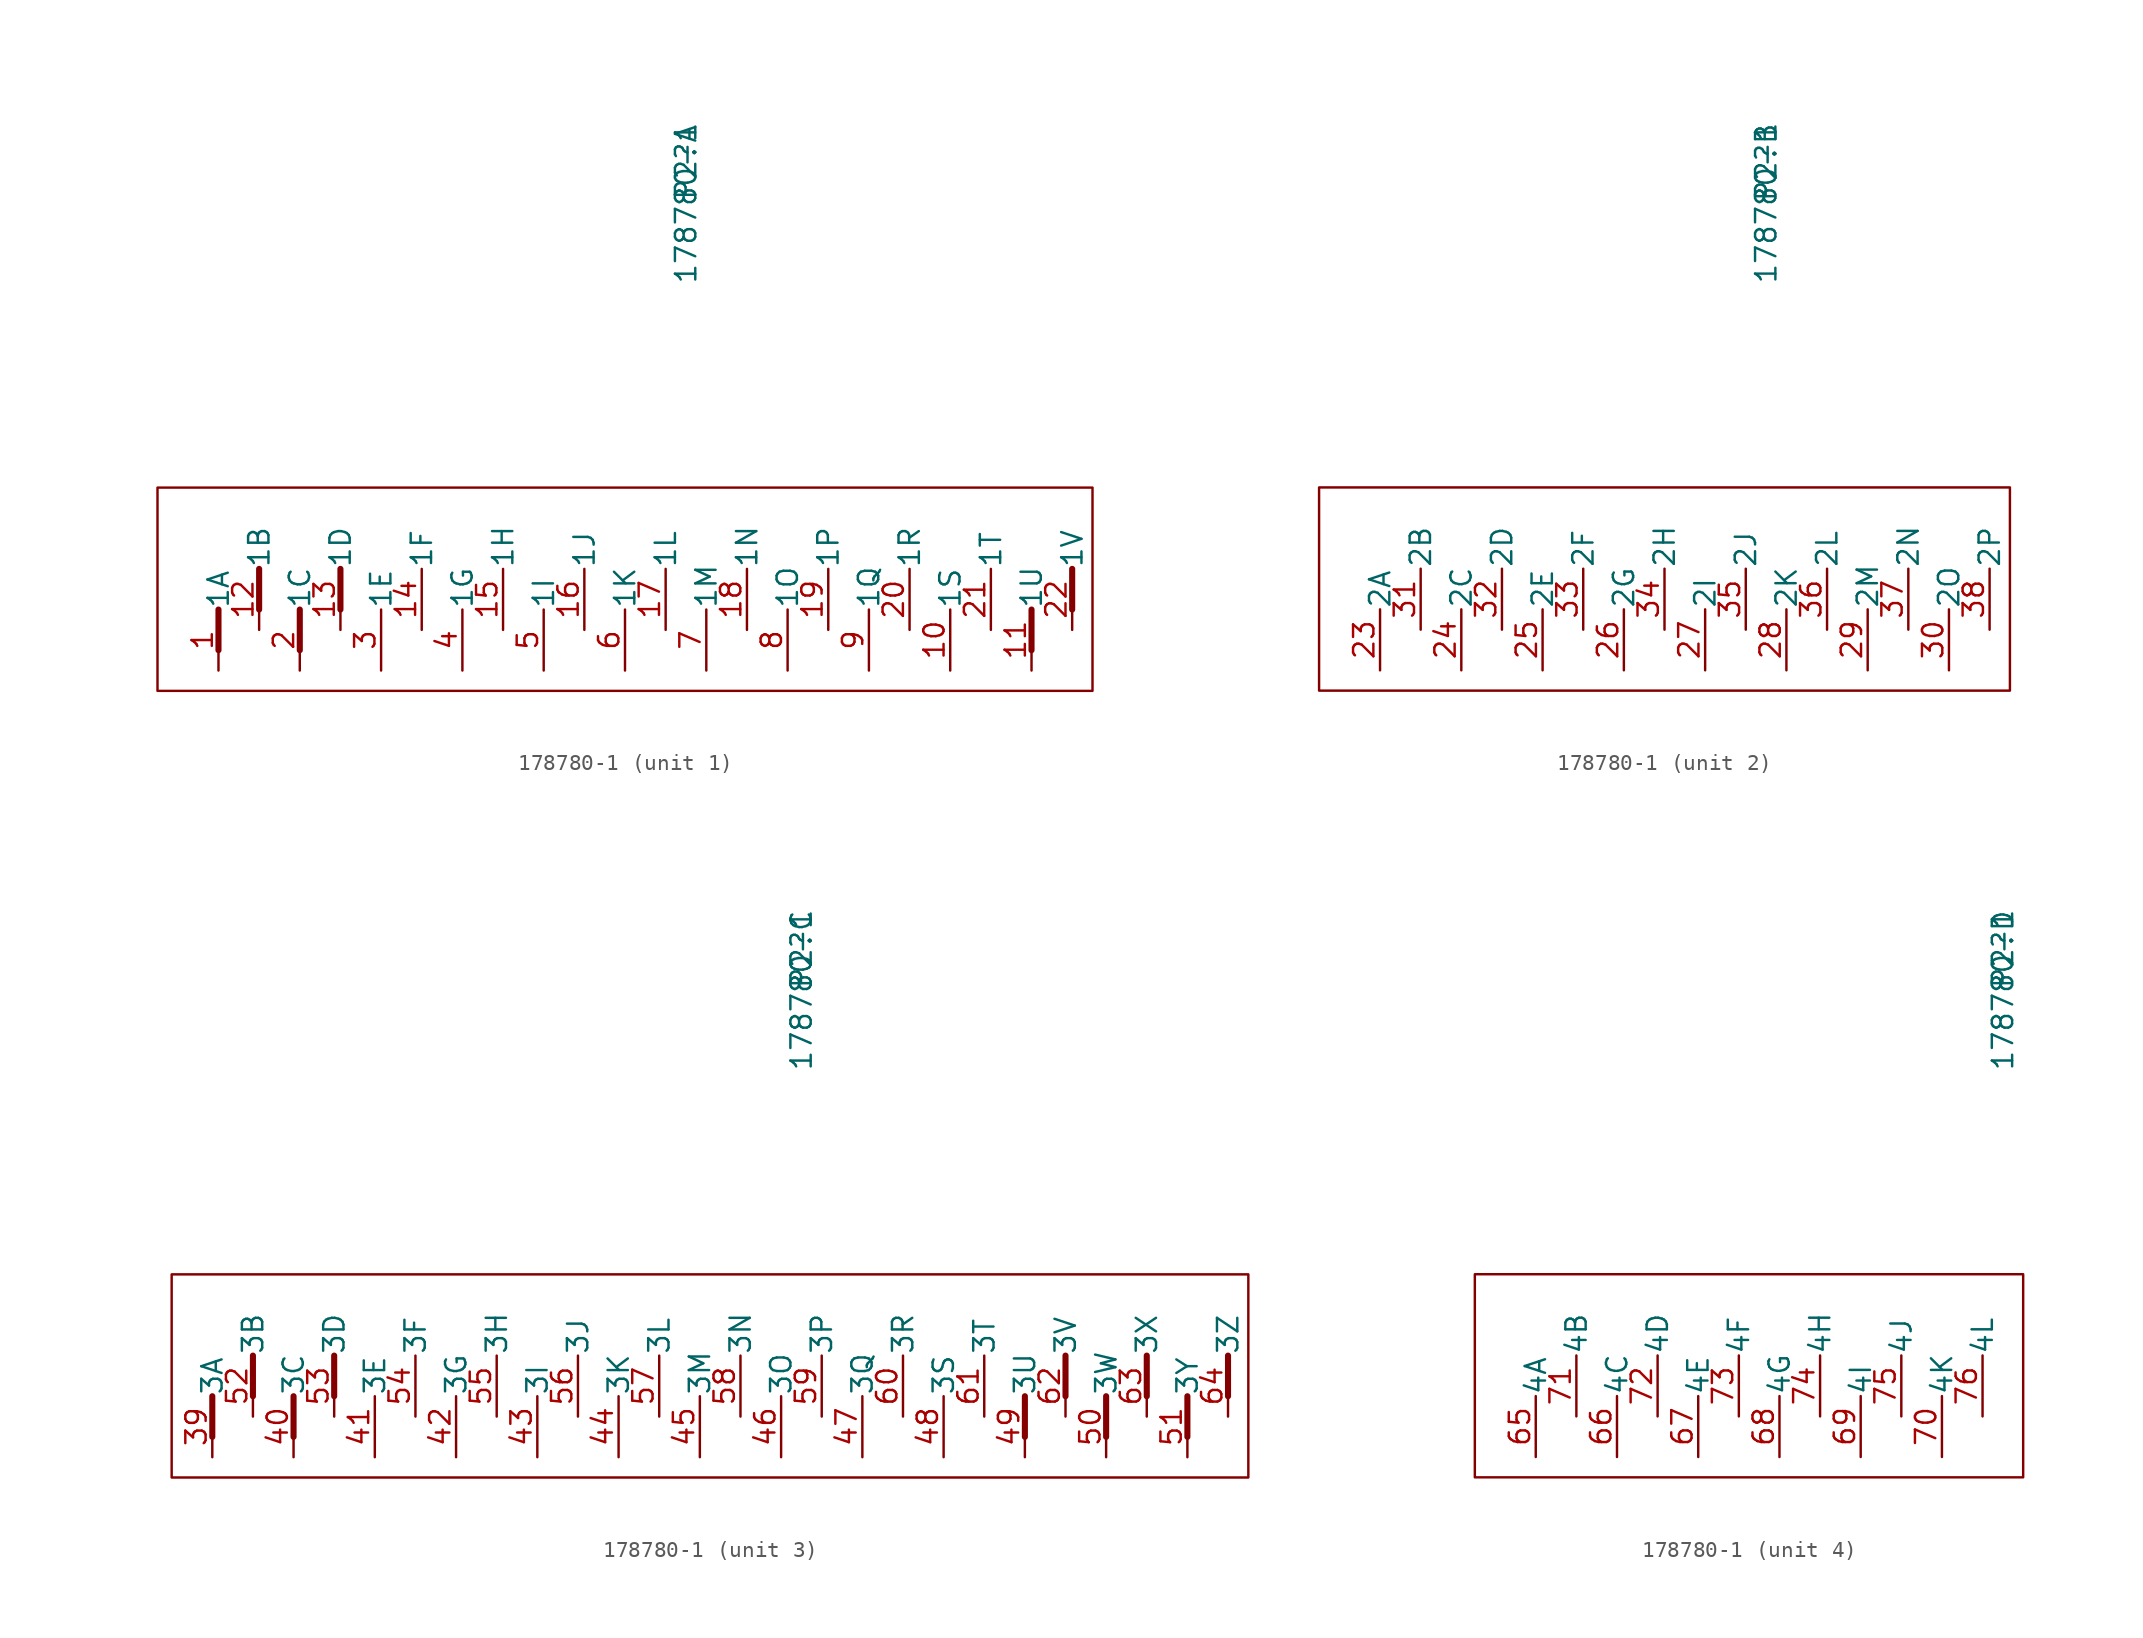
<source format=kicad_sym>
(kicad_symbol_lib
  (version 20201005)
  (generator kicad_symbol_editor)
  (symbol "hellen-one-common:178780-1"
    (pin_names
      (offset 0.025))
    (property "Reference" "P2"
      (at 3.81 22.86 90)
      (effects (font (size 1.27 1.27))))
    (property "Value" "178780-1"
      (at 3.81 20.32 90)
      (effects (font (size 1.27 1.27))))
    (symbol "178780-1_1_0"
      (rectangle (start 29.21 -10.16) (end -29.21 2.54) (stroke (width 0)) (fill (type none))))
    (symbol "178780-1_1_1"
      (polyline (pts (xy -25.4 -7.62) (xy -25.4 -5.08)) (stroke (width 0.381)) (fill (type none)))
      (polyline (pts (xy -22.86 -5.08) (xy -22.86 -2.54)) (stroke (width 0.381)) (fill (type none)))
      (polyline (pts (xy -20.32 -7.62) (xy -20.32 -5.08)) (stroke (width 0.381)) (fill (type none)))
      (polyline (pts (xy -17.78 -5.08) (xy -17.78 -2.54)) (stroke (width 0.381)) (fill (type none)))
      (polyline (pts (xy 25.4 -7.62) (xy 25.4 -5.08)) (stroke (width 0.381)) (fill (type none)))
      (polyline (pts (xy 27.94 -5.08) (xy 27.94 -2.54)) (stroke (width 0.381)) (fill (type none)))
      (pin passive line (at -25.4 -8.89 90) (length 3.81) (name "1A" (effects (font (size 1.27 1.27)))) (number "1" (effects (font (size 1.27 1.27)))))
      (pin passive line (at 20.32 -8.89 90) (length 3.81) (name "1S" (effects (font (size 1.27 1.27)))) (number "10" (effects (font (size 1.27 1.27)))))
      (pin passive line (at 25.4 -8.89 90) (length 3.81) (name "1U" (effects (font (size 1.27 1.27)))) (number "11" (effects (font (size 1.27 1.27)))))
      (pin passive line (at -22.86 -6.35 90) (length 3.81) (name "1B" (effects (font (size 1.27 1.27)))) (number "12" (effects (font (size 1.27 1.27)))))
      (pin passive line (at -17.78 -6.35 90) (length 3.81) (name "1D" (effects (font (size 1.27 1.27)))) (number "13" (effects (font (size 1.27 1.27)))))
      (pin passive line (at -12.7 -6.35 90) (length 3.81) (name "1F" (effects (font (size 1.27 1.27)))) (number "14" (effects (font (size 1.27 1.27)))))
      (pin passive line (at -7.62 -6.35 90) (length 3.81) (name "1H" (effects (font (size 1.27 1.27)))) (number "15" (effects (font (size 1.27 1.27)))))
      (pin passive line (at -2.54 -6.35 90) (length 3.81) (name "1J" (effects (font (size 1.27 1.27)))) (number "16" (effects (font (size 1.27 1.27)))))
      (pin passive line (at 2.54 -6.35 90) (length 3.81) (name "1L" (effects (font (size 1.27 1.27)))) (number "17" (effects (font (size 1.27 1.27)))))
      (pin passive line (at 7.62 -6.35 90) (length 3.81) (name "1N" (effects (font (size 1.27 1.27)))) (number "18" (effects (font (size 1.27 1.27)))))
      (pin passive line (at 12.7 -6.35 90) (length 3.81) (name "1P" (effects (font (size 1.27 1.27)))) (number "19" (effects (font (size 1.27 1.27)))))
      (pin passive line (at -20.32 -8.89 90) (length 3.81) (name "1C" (effects (font (size 1.27 1.27)))) (number "2" (effects (font (size 1.27 1.27)))))
      (pin passive line (at 17.78 -6.35 90) (length 3.81) (name "1R" (effects (font (size 1.27 1.27)))) (number "20" (effects (font (size 1.27 1.27)))))
      (pin passive line (at 22.86 -6.35 90) (length 3.81) (name "1T" (effects (font (size 1.27 1.27)))) (number "21" (effects (font (size 1.27 1.27)))))
      (pin passive line (at 27.94 -6.35 90) (length 3.81) (name "1V" (effects (font (size 1.27 1.27)))) (number "22" (effects (font (size 1.27 1.27)))))
      (pin passive line (at -15.24 -8.89 90) (length 3.81) (name "1E" (effects (font (size 1.27 1.27)))) (number "3" (effects (font (size 1.27 1.27)))))
      (pin passive line (at -10.16 -8.89 90) (length 3.81) (name "1G" (effects (font (size 1.27 1.27)))) (number "4" (effects (font (size 1.27 1.27)))))
      (pin passive line (at -5.08 -8.89 90) (length 3.81) (name "1I" (effects (font (size 1.27 1.27)))) (number "5" (effects (font (size 1.27 1.27)))))
      (pin passive line (at 0 -8.89 90) (length 3.81) (name "1K" (effects (font (size 1.27 1.27)))) (number "6" (effects (font (size 1.27 1.27)))))
      (pin passive line (at 5.08 -8.89 90) (length 3.81) (name "1M" (effects (font (size 1.27 1.27)))) (number "7" (effects (font (size 1.27 1.27)))))
      (pin passive line (at 10.16 -8.89 90) (length 3.81) (name "1O" (effects (font (size 1.27 1.27)))) (number "8" (effects (font (size 1.27 1.27)))))
      (pin passive line (at 15.24 -8.89 90) (length 3.81) (name "1Q" (effects (font (size 1.27 1.27)))) (number "9" (effects (font (size 1.27 1.27))))))
    (symbol "178780-1_2_0"
      (rectangle (start 19.05 -10.16) (end -24.13 2.54) (stroke (width 0)) (fill (type none))))
    (symbol "178780-1_2_1"
      (pin passive line (at -20.32 -8.89 90) (length 3.81) (name "2A" (effects (font (size 1.27 1.27)))) (number "23" (effects (font (size 1.27 1.27)))))
      (pin passive line (at -15.24 -8.89 90) (length 3.81) (name "2C" (effects (font (size 1.27 1.27)))) (number "24" (effects (font (size 1.27 1.27)))))
      (pin passive line (at -10.16 -8.89 90) (length 3.81) (name "2E" (effects (font (size 1.27 1.27)))) (number "25" (effects (font (size 1.27 1.27)))))
      (pin passive line (at -5.08 -8.89 90) (length 3.81) (name "2G" (effects (font (size 1.27 1.27)))) (number "26" (effects (font (size 1.27 1.27)))))
      (pin passive line (at 0 -8.89 90) (length 3.81) (name "2I" (effects (font (size 1.27 1.27)))) (number "27" (effects (font (size 1.27 1.27)))))
      (pin passive line (at 5.08 -8.89 90) (length 3.81) (name "2K" (effects (font (size 1.27 1.27)))) (number "28" (effects (font (size 1.27 1.27)))))
      (pin passive line (at 10.16 -8.89 90) (length 3.81) (name "2M" (effects (font (size 1.27 1.27)))) (number "29" (effects (font (size 1.27 1.27)))))
      (pin passive line (at 15.24 -8.89 90) (length 3.81) (name "2O" (effects (font (size 1.27 1.27)))) (number "30" (effects (font (size 1.27 1.27)))))
      (pin passive line (at -17.78 -6.35 90) (length 3.81) (name "2B" (effects (font (size 1.27 1.27)))) (number "31" (effects (font (size 1.27 1.27)))))
      (pin passive line (at -12.7 -6.35 90) (length 3.81) (name "2D" (effects (font (size 1.27 1.27)))) (number "32" (effects (font (size 1.27 1.27)))))
      (pin passive line (at -7.62 -6.35 90) (length 3.81) (name "2F" (effects (font (size 1.27 1.27)))) (number "33" (effects (font (size 1.27 1.27)))))
      (pin passive line (at -2.54 -6.35 90) (length 3.81) (name "2H" (effects (font (size 1.27 1.27)))) (number "34" (effects (font (size 1.27 1.27)))))
      (pin passive line (at 2.54 -6.35 90) (length 3.81) (name "2J" (effects (font (size 1.27 1.27)))) (number "35" (effects (font (size 1.27 1.27)))))
      (pin passive line (at 7.62 -6.35 90) (length 3.81) (name "2L" (effects (font (size 1.27 1.27)))) (number "36" (effects (font (size 1.27 1.27)))))
      (pin passive line (at 12.7 -6.35 90) (length 3.81) (name "2N" (effects (font (size 1.27 1.27)))) (number "37" (effects (font (size 1.27 1.27)))))
      (pin passive line (at 17.78 -6.35 90) (length 3.81) (name "2P" (effects (font (size 1.27 1.27)))) (number "38" (effects (font (size 1.27 1.27))))))
    (symbol "178780-1_3_0"
      (rectangle (start 31.75 -10.16) (end -35.56 2.54) (stroke (width 0)) (fill (type none))))
    (symbol "178780-1_3_1"
      (polyline (pts (xy -33.02 -7.62) (xy -33.02 -5.08)) (stroke (width 0.381)) (fill (type none)))
      (polyline (pts (xy -30.48 -5.08) (xy -30.48 -2.54)) (stroke (width 0.381)) (fill (type none)))
      (polyline (pts (xy -27.94 -7.62) (xy -27.94 -5.08)) (stroke (width 0.381)) (fill (type none)))
      (polyline (pts (xy -25.4 -5.08) (xy -25.4 -2.54)) (stroke (width 0.381)) (fill (type none)))
      (polyline (pts (xy 17.78 -7.62) (xy 17.78 -5.08)) (stroke (width 0.381)) (fill (type none)))
      (polyline (pts (xy 20.32 -5.08) (xy 20.32 -2.54)) (stroke (width 0.381)) (fill (type none)))
      (polyline (pts (xy 22.86 -7.62) (xy 22.86 -5.08)) (stroke (width 0.381)) (fill (type none)))
      (polyline (pts (xy 25.4 -5.08) (xy 25.4 -2.54)) (stroke (width 0.381)) (fill (type none)))
      (polyline (pts (xy 27.94 -7.62) (xy 27.94 -5.08)) (stroke (width 0.381)) (fill (type none)))
      (polyline (pts (xy 30.48 -5.08) (xy 30.48 -2.54)) (stroke (width 0.381)) (fill (type none)))
      (pin passive line (at -33.02 -8.89 90) (length 3.81) (name "3A" (effects (font (size 1.27 1.27)))) (number "39" (effects (font (size 1.27 1.27)))))
      (pin passive line (at -27.94 -8.89 90) (length 3.81) (name "3C" (effects (font (size 1.27 1.27)))) (number "40" (effects (font (size 1.27 1.27)))))
      (pin passive line (at -22.86 -8.89 90) (length 3.81) (name "3E" (effects (font (size 1.27 1.27)))) (number "41" (effects (font (size 1.27 1.27)))))
      (pin passive line (at -17.78 -8.89 90) (length 3.81) (name "3G" (effects (font (size 1.27 1.27)))) (number "42" (effects (font (size 1.27 1.27)))))
      (pin passive line (at -12.7 -8.89 90) (length 3.81) (name "3I" (effects (font (size 1.27 1.27)))) (number "43" (effects (font (size 1.27 1.27)))))
      (pin passive line (at -7.62 -8.89 90) (length 3.81) (name "3K" (effects (font (size 1.27 1.27)))) (number "44" (effects (font (size 1.27 1.27)))))
      (pin passive line (at -2.54 -8.89 90) (length 3.81) (name "3M" (effects (font (size 1.27 1.27)))) (number "45" (effects (font (size 1.27 1.27)))))
      (pin passive line (at 2.54 -8.89 90) (length 3.81) (name "3O" (effects (font (size 1.27 1.27)))) (number "46" (effects (font (size 1.27 1.27)))))
      (pin passive line (at 7.62 -8.89 90) (length 3.81) (name "3Q" (effects (font (size 1.27 1.27)))) (number "47" (effects (font (size 1.27 1.27)))))
      (pin passive line (at 12.7 -8.89 90) (length 3.81) (name "3S" (effects (font (size 1.27 1.27)))) (number "48" (effects (font (size 1.27 1.27)))))
      (pin passive line (at 17.78 -8.89 90) (length 3.81) (name "3U" (effects (font (size 1.27 1.27)))) (number "49" (effects (font (size 1.27 1.27)))))
      (pin passive line (at 22.86 -8.89 90) (length 3.81) (name "3W" (effects (font (size 1.27 1.27)))) (number "50" (effects (font (size 1.27 1.27)))))
      (pin passive line (at 27.94 -8.89 90) (length 3.81) (name "3Y" (effects (font (size 1.27 1.27)))) (number "51" (effects (font (size 1.27 1.27)))))
      (pin passive line (at -30.48 -6.35 90) (length 3.81) (name "3B" (effects (font (size 1.27 1.27)))) (number "52" (effects (font (size 1.27 1.27)))))
      (pin passive line (at -25.4 -6.35 90) (length 3.81) (name "3D" (effects (font (size 1.27 1.27)))) (number "53" (effects (font (size 1.27 1.27)))))
      (pin passive line (at -20.32 -6.35 90) (length 3.81) (name "3F" (effects (font (size 1.27 1.27)))) (number "54" (effects (font (size 1.27 1.27)))))
      (pin passive line (at -15.24 -6.35 90) (length 3.81) (name "3H" (effects (font (size 1.27 1.27)))) (number "55" (effects (font (size 1.27 1.27)))))
      (pin passive line (at -10.16 -6.35 90) (length 3.81) (name "3J" (effects (font (size 1.27 1.27)))) (number "56" (effects (font (size 1.27 1.27)))))
      (pin passive line (at -5.08 -6.35 90) (length 3.81) (name "3L" (effects (font (size 1.27 1.27)))) (number "57" (effects (font (size 1.27 1.27)))))
      (pin passive line (at 0 -6.35 90) (length 3.81) (name "3N" (effects (font (size 1.27 1.27)))) (number "58" (effects (font (size 1.27 1.27)))))
      (pin passive line (at 5.08 -6.35 90) (length 3.81) (name "3P" (effects (font (size 1.27 1.27)))) (number "59" (effects (font (size 1.27 1.27)))))
      (pin passive line (at 10.16 -6.35 90) (length 3.81) (name "3R" (effects (font (size 1.27 1.27)))) (number "60" (effects (font (size 1.27 1.27)))))
      (pin passive line (at 15.24 -6.35 90) (length 3.81) (name "3T" (effects (font (size 1.27 1.27)))) (number "61" (effects (font (size 1.27 1.27)))))
      (pin passive line (at 20.32 -6.35 90) (length 3.81) (name "3V" (effects (font (size 1.27 1.27)))) (number "62" (effects (font (size 1.27 1.27)))))
      (pin passive line (at 25.4 -6.35 90) (length 3.81) (name "3X" (effects (font (size 1.27 1.27)))) (number "63" (effects (font (size 1.27 1.27)))))
      (pin passive line (at 30.48 -6.35 90) (length 3.81) (name "3Z" (effects (font (size 1.27 1.27)))) (number "64" (effects (font (size 1.27 1.27))))))
    (symbol "178780-1_4_0"
      (rectangle (start -29.21 2.54) (end 5.08 -10.16) (stroke (width 0)) (fill (type none))))
    (symbol "178780-1_4_1"
      (pin passive line (at -25.4 -8.89 90) (length 3.81) (name "4A" (effects (font (size 1.27 1.27)))) (number "65" (effects (font (size 1.27 1.27)))))
      (pin passive line (at -20.32 -8.89 90) (length 3.81) (name "4C" (effects (font (size 1.27 1.27)))) (number "66" (effects (font (size 1.27 1.27)))))
      (pin passive line (at -15.24 -8.89 90) (length 3.81) (name "4E" (effects (font (size 1.27 1.27)))) (number "67" (effects (font (size 1.27 1.27)))))
      (pin passive line (at -10.16 -8.89 90) (length 3.81) (name "4G" (effects (font (size 1.27 1.27)))) (number "68" (effects (font (size 1.27 1.27)))))
      (pin passive line (at -5.08 -8.89 90) (length 3.81) (name "4I" (effects (font (size 1.27 1.27)))) (number "69" (effects (font (size 1.27 1.27)))))
      (pin passive line (at 0 -8.89 90) (length 3.81) (name "4K" (effects (font (size 1.27 1.27)))) (number "70" (effects (font (size 1.27 1.27)))))
      (pin passive line (at -22.86 -6.35 90) (length 3.81) (name "4B" (effects (font (size 1.27 1.27)))) (number "71" (effects (font (size 1.27 1.27)))))
      (pin passive line (at -17.78 -6.35 90) (length 3.81) (name "4D" (effects (font (size 1.27 1.27)))) (number "72" (effects (font (size 1.27 1.27)))))
      (pin passive line (at -12.7 -6.35 90) (length 3.81) (name "4F" (effects (font (size 1.27 1.27)))) (number "73" (effects (font (size 1.27 1.27)))))
      (pin passive line (at -7.62 -6.35 90) (length 3.81) (name "4H" (effects (font (size 1.27 1.27)))) (number "74" (effects (font (size 1.27 1.27)))))
      (pin passive line (at -2.54 -6.35 90) (length 3.81) (name "4J" (effects (font (size 1.27 1.27)))) (number "75" (effects (font (size 1.27 1.27)))))
      (pin passive line (at 2.54 -6.35 90) (length 3.81) (name "4L" (effects (font (size 1.27 1.27)))) (number "76" (effects (font (size 1.27 1.27))))))))
</source>
